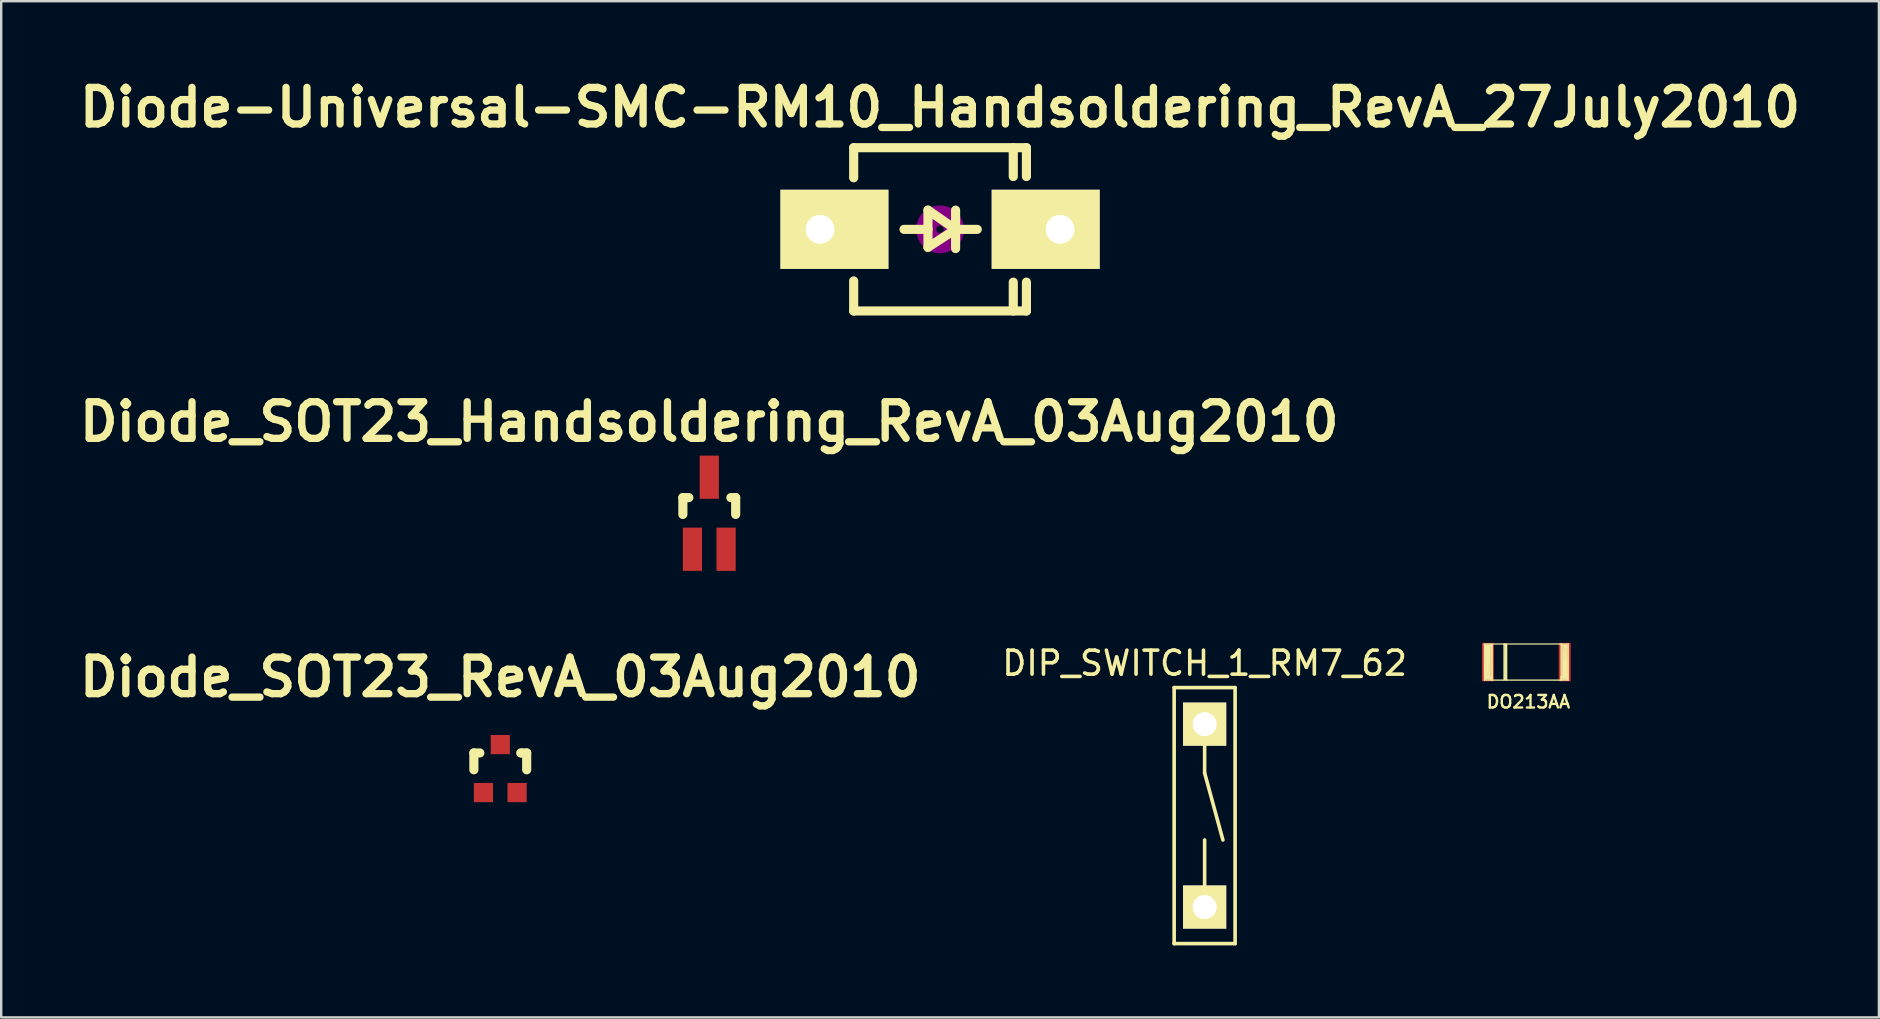
<source format=kicad_pcb>
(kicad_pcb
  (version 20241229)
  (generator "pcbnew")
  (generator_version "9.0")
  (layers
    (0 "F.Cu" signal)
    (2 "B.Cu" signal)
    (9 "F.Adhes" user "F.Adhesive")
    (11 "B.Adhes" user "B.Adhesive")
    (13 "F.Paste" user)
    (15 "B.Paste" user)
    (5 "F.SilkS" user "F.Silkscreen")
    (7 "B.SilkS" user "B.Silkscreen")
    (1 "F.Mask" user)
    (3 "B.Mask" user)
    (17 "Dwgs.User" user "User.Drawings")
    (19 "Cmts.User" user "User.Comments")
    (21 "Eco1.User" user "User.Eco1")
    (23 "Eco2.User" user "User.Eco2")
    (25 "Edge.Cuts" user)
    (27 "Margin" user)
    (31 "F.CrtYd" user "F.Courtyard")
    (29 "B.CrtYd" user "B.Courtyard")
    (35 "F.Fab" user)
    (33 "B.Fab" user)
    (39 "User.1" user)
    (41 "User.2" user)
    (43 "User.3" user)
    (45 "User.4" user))
  (footprint "Diode_SOT23_Handsoldering_RevA_03Aug2010"
    (layer "F.Cu")
    (at 26.503 18.334)
    (property "Reference" "Diode_SOT23_Handsoldering_RevA_03Aug2010" (at 0 -3.81 0) (layer "F.SilkS") (effects (font (size 1.524 1.524) (thickness 0.305))))
    (attr smd)
    (fp_line (start -1.1 -0.65) (end -0.851 -0.65) (stroke (width 0.381) (type solid)) (layer "F.SilkS"))
    (fp_line (start -1.1 0.051) (end -1.1 -0.65) (stroke (width 0.381) (type solid)) (layer "F.SilkS"))
    (fp_line (start 0.899 -0.65) (end 1.1 -0.65) (stroke (width 0.381) (type solid)) (layer "F.SilkS"))
    (fp_line (start 1.1 -0.65) (end 1.1 0.051) (stroke (width 0.381) (type solid)) (layer "F.SilkS"))
    (pad "1" smd rect (at -0.701 1.501) (size 0.8 1.801) (layers "F.Cu" "F.Mask" "F.Paste"))
    (pad "2" smd rect (at 0.701 1.501) (size 0.8 1.801) (layers "F.Cu" "F.Mask" "F.Paste"))
    (pad "3" smd rect (at 0 -1.501) (size 0.8 1.801) (layers "F.Cu" "F.Mask" "F.Paste")))
  (footprint "DIP_SWITCH_1_RM7_62"
    (layer "F.Cu")
    (at 47.143 30.934)
    (property "Reference" "DIP_SWITCH_1_RM7_62" (at 0 -6.35 0) (layer "F.SilkS") (effects (font (size 1 1) (thickness 0.15))))
    (attr through_hole)
    (fp_line (start -1.27 -5.334) (end -1.27 5.334) (stroke (width 0.15) (type solid)) (layer "F.SilkS"))
    (fp_line (start -1.27 5.334) (end 1.27 5.334) (stroke (width 0.15) (type solid)) (layer "F.SilkS"))
    (fp_line (start 0 -1.778) (end 0 -3.302) (stroke (width 0.15) (type solid)) (layer "F.SilkS"))
    (fp_line (start 0 -1.778) (end 0.762 1.016) (stroke (width 0.15) (type solid)) (layer "F.SilkS"))
    (fp_line (start 0 3.302) (end 0 1.016) (stroke (width 0.15) (type solid)) (layer "F.SilkS"))
    (fp_line (start 1.27 -5.334) (end -1.27 -5.334) (stroke (width 0.15) (type solid)) (layer "F.SilkS"))
    (fp_line (start 1.27 5.334) (end 1.27 -5.334) (stroke (width 0.15) (type solid)) (layer "F.SilkS"))
    (pad "1" thru_hole rect (at 0 -3.81) (size 1.8 1.8) (drill 1) (layers "*.Cu" "*.Mask" "F.SilkS"))
    (pad "2" thru_hole rect (at 0 3.81) (size 1.8 1.8) (drill 1) (layers "*.Cu" "*.Mask" "F.SilkS")))
  (footprint "DO213AA"
    (layer "F.Cu")
    (at 60.547 24.536)
    (property "Reference" "DO213AA" (at 0.086 1.656 0) (layer "F.SilkS") (effects (font (size 0.523 0.523) (thickness 0.099))))
    (attr through_hole)
    (fp_line (start -1.748 -0.752) (end 1.748 -0.752) (stroke (width 0.051) (type solid)) (layer "F.SilkS"))
    (fp_line (start -1.748 -0.716) (end -1.448 -0.716) (stroke (width 0.051) (type solid)) (layer "F.SilkS"))
    (fp_line (start -1.748 0.752) (end -1.748 -0.752) (stroke (width 0.051) (type solid)) (layer "F.SilkS"))
    (fp_line (start -1.707 -0.681) (end -1.478 -0.681) (stroke (width 0.051) (type solid)) (layer "F.SilkS"))
    (fp_line (start -1.707 0.711) (end -1.707 -0.681) (stroke (width 0.051) (type solid)) (layer "F.SilkS"))
    (fp_line (start -1.671 0.665) (end -1.666 -0.64) (stroke (width 0.051) (type solid)) (layer "F.SilkS"))
    (fp_line (start -1.666 -0.64) (end -1.519 -0.64) (stroke (width 0.051) (type solid)) (layer "F.SilkS"))
    (fp_line (start -1.656 0.671) (end -1.671 0.665) (stroke (width 0.051) (type solid)) (layer "F.SilkS"))
    (fp_line (start -1.646 0.635) (end -1.626 -0.62) (stroke (width 0.051) (type solid)) (layer "F.SilkS"))
    (fp_line (start -1.636 -0.676) (end -1.605 0.625) (stroke (width 0.051) (type solid)) (layer "F.SilkS"))
    (fp_line (start -1.626 -0.62) (end -1.539 -0.615) (stroke (width 0.051) (type solid)) (layer "F.SilkS"))
    (fp_line (start -1.585 0.63) (end -1.58 -0.676) (stroke (width 0.051) (type solid)) (layer "F.SilkS"))
    (fp_line (start -1.58 -0.676) (end -1.636 -0.676) (stroke (width 0.051) (type solid)) (layer "F.SilkS"))
    (fp_line (start -1.539 -0.615) (end -1.539 0.65) (stroke (width 0.051) (type solid)) (layer "F.SilkS"))
    (fp_line (start -1.539 0.65) (end -1.585 0.63) (stroke (width 0.051) (type solid)) (layer "F.SilkS"))
    (fp_line (start -1.519 -0.64) (end -1.514 0.625) (stroke (width 0.051) (type solid)) (layer "F.SilkS"))
    (fp_line (start -1.514 0.625) (end -1.488 0.645) (stroke (width 0.051) (type solid)) (layer "F.SilkS"))
    (fp_line (start -1.488 0.645) (end -1.646 0.635) (stroke (width 0.051) (type solid)) (layer "F.SilkS"))
    (fp_line (start -1.478 -0.681) (end -1.468 0.671) (stroke (width 0.051) (type solid)) (layer "F.SilkS"))
    (fp_line (start -1.468 0.671) (end -1.656 0.671) (stroke (width 0.051) (type solid)) (layer "F.SilkS"))
    (fp_line (start -1.463 0.711) (end -1.707 0.711) (stroke (width 0.051) (type solid)) (layer "F.SilkS"))
    (fp_line (start -1.443 -0.716) (end -1.433 0.747) (stroke (width 0.051) (type solid)) (layer "F.SilkS"))
    (fp_line (start -1.433 -0.737) (end -1.422 -0.737) (stroke (width 0.051) (type solid)) (layer "F.SilkS"))
    (fp_line (start -1.433 0.747) (end -1.463 0.711) (stroke (width 0.051) (type solid)) (layer "F.SilkS"))
    (fp_line (start -1.422 -0.737) (end -1.422 0.737) (stroke (width 0.051) (type solid)) (layer "F.SilkS"))
    (fp_line (start -0.93 -0.747) (end -0.843 -0.747) (stroke (width 0.051) (type solid)) (layer "F.SilkS"))
    (fp_line (start -0.93 0.752) (end -0.93 -0.747) (stroke (width 0.051) (type solid)) (layer "F.SilkS"))
    (fp_line (start -0.894 -0.716) (end -0.899 0.726) (stroke (width 0.051) (type solid)) (layer "F.SilkS"))
    (fp_line (start -0.879 0.721) (end -0.864 -0.716) (stroke (width 0.051) (type solid)) (layer "F.SilkS"))
    (fp_line (start -0.864 -0.716) (end -0.894 -0.716) (stroke (width 0.051) (type solid)) (layer "F.SilkS"))
    (fp_line (start -0.843 -0.747) (end -0.838 0.726) (stroke (width 0.051) (type solid)) (layer "F.SilkS"))
    (fp_line (start -0.838 0.726) (end -0.879 0.721) (stroke (width 0.051) (type solid)) (layer "F.SilkS"))
    (fp_line (start -0.828 0.742) (end -0.818 0.742) (stroke (width 0.051) (type solid)) (layer "F.SilkS"))
    (fp_line (start -0.818 -0.726) (end -0.874 -0.676) (stroke (width 0.051) (type solid)) (layer "F.SilkS"))
    (fp_line (start -0.818 0.742) (end -0.818 -0.726) (stroke (width 0.051) (type solid)) (layer "F.SilkS"))
    (fp_line (start 1.448 -0.747) (end 1.488 -0.721) (stroke (width 0.051) (type solid)) (layer "F.SilkS"))
    (fp_line (start 1.448 0.605) (end 1.448 0.742) (stroke (width 0.051) (type solid)) (layer "F.SilkS"))
    (fp_line (start 1.448 0.742) (end 1.448 -0.747) (stroke (width 0.051) (type solid)) (layer "F.SilkS"))
    (fp_line (start 1.488 -0.721) (end 1.488 0.716) (stroke (width 0.051) (type solid)) (layer "F.SilkS"))
    (fp_line (start 1.488 0.716) (end 1.707 0.711) (stroke (width 0.051) (type solid)) (layer "F.SilkS"))
    (fp_line (start 1.524 -0.711) (end 1.529 0.676) (stroke (width 0.051) (type solid)) (layer "F.SilkS"))
    (fp_line (start 1.529 0.676) (end 1.671 0.671) (stroke (width 0.051) (type solid)) (layer "F.SilkS"))
    (fp_line (start 1.549 0.655) (end 1.636 0.645) (stroke (width 0.051) (type solid)) (layer "F.SilkS"))
    (fp_line (start 1.565 -0.671) (end 1.549 0.655) (stroke (width 0.051) (type solid)) (layer "F.SilkS"))
    (fp_line (start 1.605 -0.64) (end 1.585 0.594) (stroke (width 0.051) (type solid)) (layer "F.SilkS"))
    (fp_line (start 1.631 -0.64) (end 1.605 -0.64) (stroke (width 0.051) (type solid)) (layer "F.SilkS"))
    (fp_line (start 1.636 0.645) (end 1.631 -0.64) (stroke (width 0.051) (type solid)) (layer "F.SilkS"))
    (fp_line (start 1.661 -0.676) (end 1.565 -0.671) (stroke (width 0.051) (type solid)) (layer "F.SilkS"))
    (fp_line (start 1.671 0.671) (end 1.661 -0.676) (stroke (width 0.051) (type solid)) (layer "F.SilkS"))
    (fp_line (start 1.702 -0.711) (end 1.524 -0.711) (stroke (width 0.051) (type solid)) (layer "F.SilkS"))
    (fp_line (start 1.707 0.711) (end 1.702 -0.711) (stroke (width 0.051) (type solid)) (layer "F.SilkS"))
    (fp_line (start 1.748 -0.752) (end 1.748 0.752) (stroke (width 0.051) (type solid)) (layer "F.SilkS"))
    (fp_line (start 1.748 0.605) (end 1.448 0.605) (stroke (width 0.051) (type solid)) (layer "F.SilkS"))
    (fp_line (start 1.748 0.752) (end -1.748 0.752) (stroke (width 0.051) (type solid)) (layer "F.SilkS"))
    (pad "1" smd rect (at 1.6 0) (size 0.5 1.6) (layers "F.Cu" "F.Mask" "F.Paste"))
    (pad "2" smd rect (at -1.6 0) (size 0.5 1.6) (layers "F.Cu" "F.Mask" "F.Paste")))
  (footprint "Diode_SOT23_RevA_03Aug2010"
    (layer "F.Cu")
    (at 17.795 28.973)
    (property "Reference" "Diode_SOT23_RevA_03Aug2010" (at 0 -3.81 0) (layer "F.SilkS") (effects (font (size 1.524 1.524) (thickness 0.305))))
    (attr smd)
    (fp_line (start -1.1 -0.65) (end -0.851 -0.65) (stroke (width 0.381) (type solid)) (layer "F.SilkS"))
    (fp_line (start -1.1 0.051) (end -1.1 -0.65) (stroke (width 0.381) (type solid)) (layer "F.SilkS"))
    (fp_line (start 0.899 -0.65) (end 0.851 -0.65) (stroke (width 0.381) (type solid)) (layer "F.SilkS"))
    (fp_line (start 0.899 -0.65) (end 1.1 -0.65) (stroke (width 0.381) (type solid)) (layer "F.SilkS"))
    (fp_line (start 1.1 -0.65) (end 1.1 0.051) (stroke (width 0.381) (type solid)) (layer "F.SilkS"))
    (pad "1" smd rect (at -0.701 1.001) (size 0.8 0.8) (layers "F.Cu" "F.Mask" "F.Paste"))
    (pad "2" smd rect (at 0.701 1.001) (size 0.8 0.8) (layers "F.Cu" "F.Mask" "F.Paste"))
    (pad "3" smd rect (at 0 -0.998) (size 0.8 0.8) (layers "F.Cu" "F.Mask" "F.Paste")))
  (footprint "Diode-Universal-SMC-RM10_Handsoldering_RevA_27July2010"
    (layer "F.Cu")
    (at 36.119 6.506)
    (property "Reference" "Diode-Universal-SMC-RM10_Handsoldering_RevA_27July2010" (at 0 -5.08 0) (layer "F.SilkS") (effects (font (size 1.524 1.524) (thickness 0.305))))
    (attr smd)
    (fp_line (start -3.599 -3.401) (end -3.599 -2.149) (stroke (width 0.381) (type solid)) (layer "F.SilkS"))
    (fp_line (start -3.599 -3.401) (end 3.599 -3.401) (stroke (width 0.381) (type solid)) (layer "F.SilkS"))
    (fp_line (start -3.599 3.401) (end -3.599 2.149) (stroke (width 0.381) (type solid)) (layer "F.SilkS"))
    (fp_line (start -3.599 3.401) (end 3.599 3.401) (stroke (width 0.381) (type solid)) (layer "F.SilkS"))
    (fp_line (start -0.503 0) (end -1.501 0) (stroke (width 0.381) (type solid)) (layer "F.SilkS"))
    (fp_line (start -0.503 0.749) (end -0.503 -0.8) (stroke (width 0.381) (type solid)) (layer "F.SilkS"))
    (fp_line (start 0.648 -0.8) (end 0.648 0.8) (stroke (width 0.381) (type solid)) (layer "F.SilkS"))
    (fp_line (start 0.648 0) (end -0.503 -0.8) (stroke (width 0.381) (type solid)) (layer "F.SilkS"))
    (fp_line (start 0.648 0) (end -0.503 0.749) (stroke (width 0.381) (type solid)) (layer "F.SilkS"))
    (fp_line (start 0.648 0) (end 1.549 0) (stroke (width 0.381) (type solid)) (layer "F.SilkS"))
    (fp_line (start 3.051 -3.401) (end 3.051 -2.2) (stroke (width 0.381) (type solid)) (layer "F.SilkS"))
    (fp_line (start 3.051 3.401) (end 3.051 2.2) (stroke (width 0.381) (type solid)) (layer "F.SilkS"))
    (fp_line (start 3.599 -3.401) (end 3.599 -2.2) (stroke (width 0.381) (type solid)) (layer "F.SilkS"))
    (fp_line (start 3.599 3.401) (end 3.599 2.2) (stroke (width 0.381) (type solid)) (layer "F.SilkS"))
    (fp_circle (center 0 0) (end 0.15 0) (stroke (width 0.381) (type solid)) (fill no) (layer "F.Adhes"))
    (fp_circle (center 0 0) (end 0.5 0) (stroke (width 0.381) (type solid)) (fill no) (layer "F.Adhes"))
    (fp_circle (center 0 0) (end 0.8 -0.099) (stroke (width 0.381) (type solid)) (fill no) (layer "F.Adhes"))
    (pad "1" thru_hole rect (at -5.001 0) (size 4.501 3.299) (drill 1.199 (offset 0.599 0)) (layers "*.Cu" "*.Mask" "F.SilkS"))
    (pad "2" thru_hole rect (at 5.001 0 180) (size 4.501 3.299) (drill 1.199 (offset 0.599 0)) (layers "*.Cu" "*.Mask" "F.SilkS")))
  (gr_rect
    (start -3 -3)
    (end 75.238 39.343)
    (stroke (width 0.1) (type default))
    (fill no)
    (layer "Edge.Cuts")))
</source>
